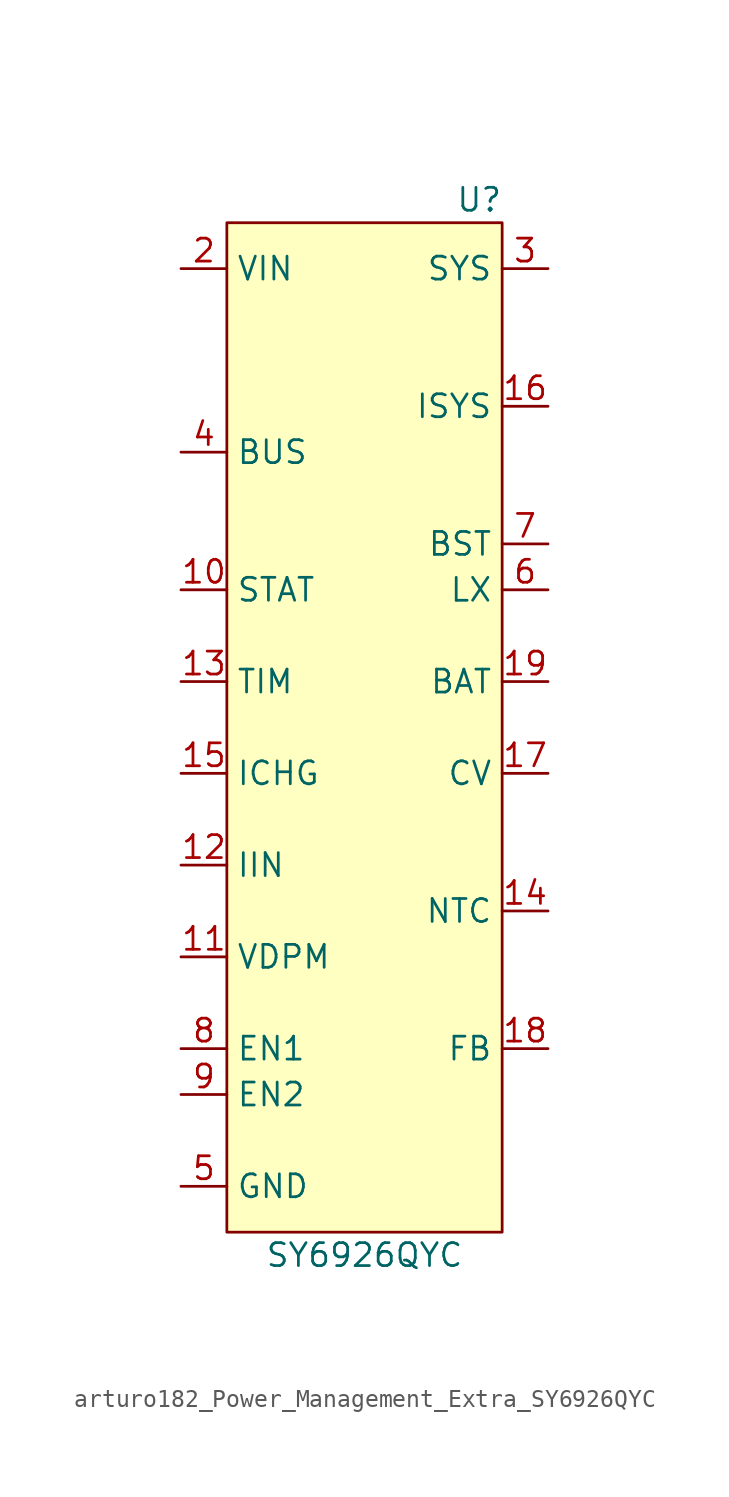
<source format=kicad_sym>
(kicad_symbol_lib
  (version 20220914)
  (generator kicad_symbol_editor)
  (symbol "arturo182_Power_Management_Extra_SY6926QYC"
    (property "Reference" "U"
      (at 6.35 19.05 0)
      (effects (font (size 1.27 1.27))))
    (property "Value" "SY6926QYC"
      (at 0 -39.37 0)
      (effects (font (size 1.27 1.27))))
    (symbol "arturo182_Power_Management_Extra_SY6926QYC_0_0"
      (pin passive line (at -10.16 15.24 0) (length 2.54) hide (name "SIN" (effects (font (size 1.27 1.27)))) (number "1" (effects (font (size 1.27 1.27)))))
      (pin output line (at -10.16 -2.54 0) (length 2.54) (name "STAT" (effects (font (size 1.27 1.27)))) (number "10" (effects (font (size 1.27 1.27)))))
      (pin input line (at -10.16 -22.86 0) (length 2.54) (name "VDPM" (effects (font (size 1.27 1.27)))) (number "11" (effects (font (size 1.27 1.27)))))
      (pin input line (at -10.16 -17.78 0) (length 2.54) (name "IIN" (effects (font (size 1.27 1.27)))) (number "12" (effects (font (size 1.27 1.27)))))
      (pin input line (at -10.16 -7.62 0) (length 2.54) (name "TIM" (effects (font (size 1.27 1.27)))) (number "13" (effects (font (size 1.27 1.27)))))
      (pin input line (at 10.16 -20.32 180) (length 2.54) (name "NTC" (effects (font (size 1.27 1.27)))) (number "14" (effects (font (size 1.27 1.27)))))
      (pin input line (at -10.16 -12.7 0) (length 2.54) (name "ICHG" (effects (font (size 1.27 1.27)))) (number "15" (effects (font (size 1.27 1.27)))))
      (pin input line (at 10.16 7.62 180) (length 2.54) (name "ISYS" (effects (font (size 1.27 1.27)))) (number "16" (effects (font (size 1.27 1.27)))))
      (pin input line (at 10.16 -12.7 180) (length 2.54) (name "CV" (effects (font (size 1.27 1.27)))) (number "17" (effects (font (size 1.27 1.27)))))
      (pin input line (at 10.16 -27.94 180) (length 2.54) (name "FB" (effects (font (size 1.27 1.27)))) (number "18" (effects (font (size 1.27 1.27)))))
      (pin input line (at 10.16 -7.62 180) (length 2.54) (name "BAT" (effects (font (size 1.27 1.27)))) (number "19" (effects (font (size 1.27 1.27)))))
      (pin power_in line (at -10.16 15.24 0) (length 2.54) (name "VIN" (effects (font (size 1.27 1.27)))) (number "2" (effects (font (size 1.27 1.27)))))
      (pin passive line (at -10.16 -35.56 0) (length 2.54) hide (name "GND" (effects (font (size 1.27 1.27)))) (number "20" (effects (font (size 1.27 1.27)))))
      (pin power_out line (at 10.16 15.24 180) (length 2.54) (name "SYS" (effects (font (size 1.27 1.27)))) (number "3" (effects (font (size 1.27 1.27)))))
      (pin input line (at -10.16 5.08 0) (length 2.54) (name "BUS" (effects (font (size 1.27 1.27)))) (number "4" (effects (font (size 1.27 1.27)))))
      (pin power_in line (at -10.16 -35.56 0) (length 2.54) (name "GND" (effects (font (size 1.27 1.27)))) (number "5" (effects (font (size 1.27 1.27)))))
      (pin input line (at 10.16 -2.54 180) (length 2.54) (name "LX" (effects (font (size 1.27 1.27)))) (number "6" (effects (font (size 1.27 1.27)))))
      (pin input line (at 10.16 0 180) (length 2.54) (name "BST" (effects (font (size 1.27 1.27)))) (number "7" (effects (font (size 1.27 1.27)))))
      (pin input line (at -10.16 -27.94 0) (length 2.54) (name "EN1" (effects (font (size 1.27 1.27)))) (number "8" (effects (font (size 1.27 1.27)))))
      (pin input line (at -10.16 -30.48 0) (length 2.54) (name "EN2" (effects (font (size 1.27 1.27)))) (number "9" (effects (font (size 1.27 1.27))))))
    (symbol "arturo182_Power_Management_Extra_SY6926QYC_0_1"
      (rectangle (start -7.62 17.78) (end 7.62 -38.1) (stroke (width 0) (type default)) (fill (type background))))))
</source>
